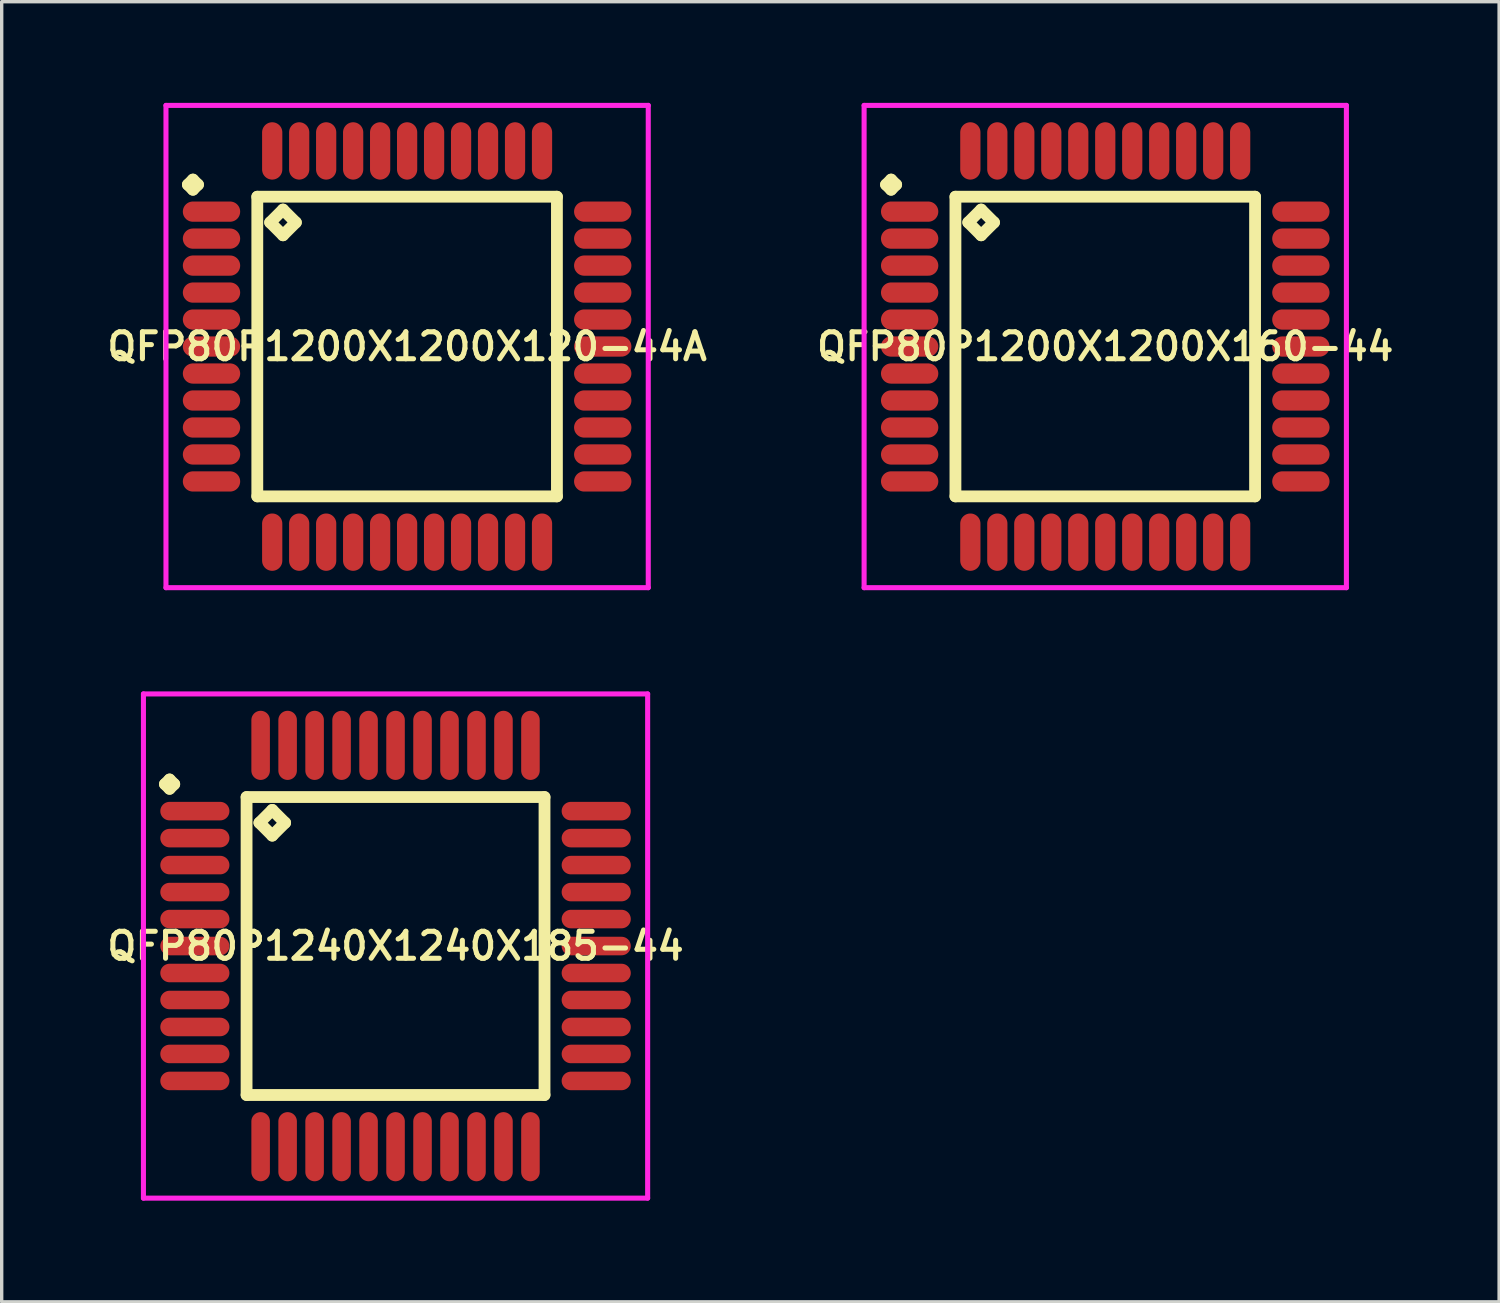
<source format=kicad_pcb>
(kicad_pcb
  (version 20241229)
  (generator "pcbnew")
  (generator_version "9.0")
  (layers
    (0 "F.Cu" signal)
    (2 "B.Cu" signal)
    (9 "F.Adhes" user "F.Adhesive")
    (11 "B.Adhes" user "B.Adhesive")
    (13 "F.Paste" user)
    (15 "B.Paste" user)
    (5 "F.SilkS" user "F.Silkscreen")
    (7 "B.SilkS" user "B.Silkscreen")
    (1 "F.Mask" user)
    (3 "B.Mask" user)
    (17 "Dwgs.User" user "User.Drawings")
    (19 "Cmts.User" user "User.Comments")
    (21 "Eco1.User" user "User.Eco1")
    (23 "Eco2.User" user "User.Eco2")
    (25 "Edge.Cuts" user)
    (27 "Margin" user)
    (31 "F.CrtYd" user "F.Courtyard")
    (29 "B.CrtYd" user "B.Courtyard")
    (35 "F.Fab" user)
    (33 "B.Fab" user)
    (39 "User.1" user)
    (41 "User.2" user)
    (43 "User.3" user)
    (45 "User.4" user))
  (footprint "QFP80P1200X1200X160-44"
    (layer "F.Cu")
    (at 29.721 7.225)
    (property "Reference" "QFP80P1200X1200X160-44" (at 0 0 0) (layer "F.SilkS") (effects (font (size 0.8 0.8) (thickness 0.15))))
    (attr smd)
    (fp_line (start -6.5 -4.8) (end -6.35 -4.95) (stroke (width 0.35) (type solid)) (layer "F.SilkS"))
    (fp_line (start -6.35 -4.95) (end -6.2 -4.8) (stroke (width 0.35) (type solid)) (layer "F.SilkS"))
    (fp_line (start -6.35 -4.65) (end -6.5 -4.8) (stroke (width 0.35) (type solid)) (layer "F.SilkS"))
    (fp_line (start -6.2 -4.8) (end -6.35 -4.65) (stroke (width 0.35) (type solid)) (layer "F.SilkS"))
    (fp_line (start -4.442 -4.442) (end -4.442 4.442) (stroke (width 0.35) (type solid)) (layer "F.SilkS"))
    (fp_line (start -4.442 4.442) (end 4.442 4.442) (stroke (width 0.35) (type solid)) (layer "F.SilkS"))
    (fp_line (start -4.061 -3.68) (end -3.68 -4.061) (stroke (width 0.35) (type solid)) (layer "F.SilkS"))
    (fp_line (start -3.68 -4.061) (end -3.299 -3.68) (stroke (width 0.35) (type solid)) (layer "F.SilkS"))
    (fp_line (start -3.68 -3.299) (end -4.061 -3.68) (stroke (width 0.35) (type solid)) (layer "F.SilkS"))
    (fp_line (start -3.299 -3.68) (end -3.68 -3.299) (stroke (width 0.35) (type solid)) (layer "F.SilkS"))
    (fp_line (start 4.442 -4.442) (end -4.442 -4.442) (stroke (width 0.35) (type solid)) (layer "F.SilkS"))
    (fp_line (start 4.442 4.442) (end 4.442 -4.442) (stroke (width 0.35) (type solid)) (layer "F.SilkS"))
    (fp_line (start -7.15 -7.15) (end 7.15 -7.15) (stroke (width 0.15) (type solid)) (layer "F.CrtYd"))
    (fp_line (start -7.15 7.15) (end -7.15 -7.15) (stroke (width 0.15) (type solid)) (layer "F.CrtYd"))
    (fp_line (start 7.15 -7.15) (end 7.15 7.15) (stroke (width 0.15) (type solid)) (layer "F.CrtYd"))
    (fp_line (start 7.15 7.15) (end -7.15 7.15) (stroke (width 0.15) (type solid)) (layer "F.CrtYd"))
    (pad "1" smd oval (at -5.8 -4) (size 1.7 0.6) (layers "F.Cu" "F.Mask" "F.Paste"))
    (pad "2" smd oval (at -5.8 -3.2) (size 1.7 0.6) (layers "F.Cu" "F.Mask" "F.Paste"))
    (pad "3" smd oval (at -5.8 -2.4) (size 1.7 0.6) (layers "F.Cu" "F.Mask" "F.Paste"))
    (pad "4" smd oval (at -5.8 -1.6) (size 1.7 0.6) (layers "F.Cu" "F.Mask" "F.Paste"))
    (pad "5" smd oval (at -5.8 -0.8) (size 1.7 0.6) (layers "F.Cu" "F.Mask" "F.Paste"))
    (pad "6" smd oval (at -5.8 0) (size 1.7 0.6) (layers "F.Cu" "F.Mask" "F.Paste"))
    (pad "7" smd oval (at -5.8 0.8) (size 1.7 0.6) (layers "F.Cu" "F.Mask" "F.Paste"))
    (pad "8" smd oval (at -5.8 1.6) (size 1.7 0.6) (layers "F.Cu" "F.Mask" "F.Paste"))
    (pad "9" smd oval (at -5.8 2.4) (size 1.7 0.6) (layers "F.Cu" "F.Mask" "F.Paste"))
    (pad "10" smd oval (at -5.8 3.2) (size 1.7 0.6) (layers "F.Cu" "F.Mask" "F.Paste"))
    (pad "11" smd oval (at -5.8 4) (size 1.7 0.6) (layers "F.Cu" "F.Mask" "F.Paste"))
    (pad "12" smd oval (at -4 5.8) (size 0.6 1.7) (layers "F.Cu" "F.Mask" "F.Paste"))
    (pad "13" smd oval (at -3.2 5.8) (size 0.6 1.7) (layers "F.Cu" "F.Mask" "F.Paste"))
    (pad "14" smd oval (at -2.4 5.8) (size 0.6 1.7) (layers "F.Cu" "F.Mask" "F.Paste"))
    (pad "15" smd oval (at -1.6 5.8) (size 0.6 1.7) (layers "F.Cu" "F.Mask" "F.Paste"))
    (pad "16" smd oval (at -0.8 5.8) (size 0.6 1.7) (layers "F.Cu" "F.Mask" "F.Paste"))
    (pad "17" smd oval (at 0 5.8) (size 0.6 1.7) (layers "F.Cu" "F.Mask" "F.Paste"))
    (pad "18" smd oval (at 0.8 5.8) (size 0.6 1.7) (layers "F.Cu" "F.Mask" "F.Paste"))
    (pad "19" smd oval (at 1.6 5.8) (size 0.6 1.7) (layers "F.Cu" "F.Mask" "F.Paste"))
    (pad "20" smd oval (at 2.4 5.8) (size 0.6 1.7) (layers "F.Cu" "F.Mask" "F.Paste"))
    (pad "21" smd oval (at 3.2 5.8) (size 0.6 1.7) (layers "F.Cu" "F.Mask" "F.Paste"))
    (pad "22" smd oval (at 4 5.8) (size 0.6 1.7) (layers "F.Cu" "F.Mask" "F.Paste"))
    (pad "23" smd oval (at 5.8 4) (size 1.7 0.6) (layers "F.Cu" "F.Mask" "F.Paste"))
    (pad "24" smd oval (at 5.8 3.2) (size 1.7 0.6) (layers "F.Cu" "F.Mask" "F.Paste"))
    (pad "25" smd oval (at 5.8 2.4) (size 1.7 0.6) (layers "F.Cu" "F.Mask" "F.Paste"))
    (pad "26" smd oval (at 5.8 1.6) (size 1.7 0.6) (layers "F.Cu" "F.Mask" "F.Paste"))
    (pad "27" smd oval (at 5.8 0.8) (size 1.7 0.6) (layers "F.Cu" "F.Mask" "F.Paste"))
    (pad "28" smd oval (at 5.8 0) (size 1.7 0.6) (layers "F.Cu" "F.Mask" "F.Paste"))
    (pad "29" smd oval (at 5.8 -0.8) (size 1.7 0.6) (layers "F.Cu" "F.Mask" "F.Paste"))
    (pad "30" smd oval (at 5.8 -1.6) (size 1.7 0.6) (layers "F.Cu" "F.Mask" "F.Paste"))
    (pad "31" smd oval (at 5.8 -2.4) (size 1.7 0.6) (layers "F.Cu" "F.Mask" "F.Paste"))
    (pad "32" smd oval (at 5.8 -3.2) (size 1.7 0.6) (layers "F.Cu" "F.Mask" "F.Paste"))
    (pad "33" smd oval (at 5.8 -4) (size 1.7 0.6) (layers "F.Cu" "F.Mask" "F.Paste"))
    (pad "34" smd oval (at 4 -5.8) (size 0.6 1.7) (layers "F.Cu" "F.Mask" "F.Paste"))
    (pad "35" smd oval (at 3.2 -5.8) (size 0.6 1.7) (layers "F.Cu" "F.Mask" "F.Paste"))
    (pad "36" smd oval (at 2.4 -5.8) (size 0.6 1.7) (layers "F.Cu" "F.Mask" "F.Paste"))
    (pad "37" smd oval (at 1.6 -5.8) (size 0.6 1.7) (layers "F.Cu" "F.Mask" "F.Paste"))
    (pad "38" smd oval (at 0.8 -5.8) (size 0.6 1.7) (layers "F.Cu" "F.Mask" "F.Paste"))
    (pad "39" smd oval (at 0 -5.8) (size 0.6 1.7) (layers "F.Cu" "F.Mask" "F.Paste"))
    (pad "40" smd oval (at -0.8 -5.8) (size 0.6 1.7) (layers "F.Cu" "F.Mask" "F.Paste"))
    (pad "41" smd oval (at -1.6 -5.8) (size 0.6 1.7) (layers "F.Cu" "F.Mask" "F.Paste"))
    (pad "42" smd oval (at -2.4 -5.8) (size 0.6 1.7) (layers "F.Cu" "F.Mask" "F.Paste"))
    (pad "43" smd oval (at -3.2 -5.8) (size 0.6 1.7) (layers "F.Cu" "F.Mask" "F.Paste"))
    (pad "44" smd oval (at -4 -5.8) (size 0.6 1.7) (layers "F.Cu" "F.Mask" "F.Paste")))
  (footprint "QFP80P1240X1240X185-44"
    (layer "F.Cu")
    (at 8.678 25)
    (property "Reference" "QFP80P1240X1240X185-44" (at 0 0 0) (layer "F.SilkS") (effects (font (size 0.8 0.8) (thickness 0.15))))
    (attr smd)
    (fp_line (start -6.838 -4.8) (end -6.7 -4.938) (stroke (width 0.35) (type solid)) (layer "F.SilkS"))
    (fp_line (start -6.7 -4.938) (end -6.562 -4.8) (stroke (width 0.35) (type solid)) (layer "F.SilkS"))
    (fp_line (start -6.7 -4.662) (end -6.838 -4.8) (stroke (width 0.35) (type solid)) (layer "F.SilkS"))
    (fp_line (start -6.562 -4.8) (end -6.7 -4.662) (stroke (width 0.35) (type solid)) (layer "F.SilkS"))
    (fp_line (start -4.417 -4.417) (end -4.417 4.417) (stroke (width 0.35) (type solid)) (layer "F.SilkS"))
    (fp_line (start -4.417 4.417) (end 4.417 4.417) (stroke (width 0.35) (type solid)) (layer "F.SilkS"))
    (fp_line (start -4.036 -3.655) (end -3.655 -4.036) (stroke (width 0.35) (type solid)) (layer "F.SilkS"))
    (fp_line (start -3.655 -4.036) (end -3.274 -3.655) (stroke (width 0.35) (type solid)) (layer "F.SilkS"))
    (fp_line (start -3.655 -3.274) (end -4.036 -3.655) (stroke (width 0.35) (type solid)) (layer "F.SilkS"))
    (fp_line (start -3.274 -3.655) (end -3.655 -3.274) (stroke (width 0.35) (type solid)) (layer "F.SilkS"))
    (fp_line (start 4.417 -4.417) (end -4.417 -4.417) (stroke (width 0.35) (type solid)) (layer "F.SilkS"))
    (fp_line (start 4.417 4.417) (end 4.417 -4.417) (stroke (width 0.35) (type solid)) (layer "F.SilkS"))
    (fp_line (start -7.475 -7.475) (end 7.475 -7.475) (stroke (width 0.15) (type solid)) (layer "F.CrtYd"))
    (fp_line (start -7.475 7.475) (end -7.475 -7.475) (stroke (width 0.15) (type solid)) (layer "F.CrtYd"))
    (fp_line (start 7.475 -7.475) (end 7.475 7.475) (stroke (width 0.15) (type solid)) (layer "F.CrtYd"))
    (fp_line (start 7.475 7.475) (end -7.475 7.475) (stroke (width 0.15) (type solid)) (layer "F.CrtYd"))
    (pad "1" smd oval (at -5.95 -4) (size 2.05 0.55) (layers "F.Cu" "F.Mask" "F.Paste"))
    (pad "2" smd oval (at -5.95 -3.2) (size 2.05 0.55) (layers "F.Cu" "F.Mask" "F.Paste"))
    (pad "3" smd oval (at -5.95 -2.4) (size 2.05 0.55) (layers "F.Cu" "F.Mask" "F.Paste"))
    (pad "4" smd oval (at -5.95 -1.6) (size 2.05 0.55) (layers "F.Cu" "F.Mask" "F.Paste"))
    (pad "5" smd oval (at -5.95 -0.8) (size 2.05 0.55) (layers "F.Cu" "F.Mask" "F.Paste"))
    (pad "6" smd oval (at -5.95 0) (size 2.05 0.55) (layers "F.Cu" "F.Mask" "F.Paste"))
    (pad "7" smd oval (at -5.95 0.8) (size 2.05 0.55) (layers "F.Cu" "F.Mask" "F.Paste"))
    (pad "8" smd oval (at -5.95 1.6) (size 2.05 0.55) (layers "F.Cu" "F.Mask" "F.Paste"))
    (pad "9" smd oval (at -5.95 2.4) (size 2.05 0.55) (layers "F.Cu" "F.Mask" "F.Paste"))
    (pad "10" smd oval (at -5.95 3.2) (size 2.05 0.55) (layers "F.Cu" "F.Mask" "F.Paste"))
    (pad "11" smd oval (at -5.95 4) (size 2.05 0.55) (layers "F.Cu" "F.Mask" "F.Paste"))
    (pad "12" smd oval (at -4 5.95) (size 0.55 2.05) (layers "F.Cu" "F.Mask" "F.Paste"))
    (pad "13" smd oval (at -3.2 5.95) (size 0.55 2.05) (layers "F.Cu" "F.Mask" "F.Paste"))
    (pad "14" smd oval (at -2.4 5.95) (size 0.55 2.05) (layers "F.Cu" "F.Mask" "F.Paste"))
    (pad "15" smd oval (at -1.6 5.95) (size 0.55 2.05) (layers "F.Cu" "F.Mask" "F.Paste"))
    (pad "16" smd oval (at -0.8 5.95) (size 0.55 2.05) (layers "F.Cu" "F.Mask" "F.Paste"))
    (pad "17" smd oval (at 0 5.95) (size 0.55 2.05) (layers "F.Cu" "F.Mask" "F.Paste"))
    (pad "18" smd oval (at 0.8 5.95) (size 0.55 2.05) (layers "F.Cu" "F.Mask" "F.Paste"))
    (pad "19" smd oval (at 1.6 5.95) (size 0.55 2.05) (layers "F.Cu" "F.Mask" "F.Paste"))
    (pad "20" smd oval (at 2.4 5.95) (size 0.55 2.05) (layers "F.Cu" "F.Mask" "F.Paste"))
    (pad "21" smd oval (at 3.2 5.95) (size 0.55 2.05) (layers "F.Cu" "F.Mask" "F.Paste"))
    (pad "22" smd oval (at 4 5.95) (size 0.55 2.05) (layers "F.Cu" "F.Mask" "F.Paste"))
    (pad "23" smd oval (at 5.95 4) (size 2.05 0.55) (layers "F.Cu" "F.Mask" "F.Paste"))
    (pad "24" smd oval (at 5.95 3.2) (size 2.05 0.55) (layers "F.Cu" "F.Mask" "F.Paste"))
    (pad "25" smd oval (at 5.95 2.4) (size 2.05 0.55) (layers "F.Cu" "F.Mask" "F.Paste"))
    (pad "26" smd oval (at 5.95 1.6) (size 2.05 0.55) (layers "F.Cu" "F.Mask" "F.Paste"))
    (pad "27" smd oval (at 5.95 0.8) (size 2.05 0.55) (layers "F.Cu" "F.Mask" "F.Paste"))
    (pad "28" smd oval (at 5.95 0) (size 2.05 0.55) (layers "F.Cu" "F.Mask" "F.Paste"))
    (pad "29" smd oval (at 5.95 -0.8) (size 2.05 0.55) (layers "F.Cu" "F.Mask" "F.Paste"))
    (pad "30" smd oval (at 5.95 -1.6) (size 2.05 0.55) (layers "F.Cu" "F.Mask" "F.Paste"))
    (pad "31" smd oval (at 5.95 -2.4) (size 2.05 0.55) (layers "F.Cu" "F.Mask" "F.Paste"))
    (pad "32" smd oval (at 5.95 -3.2) (size 2.05 0.55) (layers "F.Cu" "F.Mask" "F.Paste"))
    (pad "33" smd oval (at 5.95 -4) (size 2.05 0.55) (layers "F.Cu" "F.Mask" "F.Paste"))
    (pad "34" smd oval (at 4 -5.95) (size 0.55 2.05) (layers "F.Cu" "F.Mask" "F.Paste"))
    (pad "35" smd oval (at 3.2 -5.95) (size 0.55 2.05) (layers "F.Cu" "F.Mask" "F.Paste"))
    (pad "36" smd oval (at 2.4 -5.95) (size 0.55 2.05) (layers "F.Cu" "F.Mask" "F.Paste"))
    (pad "37" smd oval (at 1.6 -5.95) (size 0.55 2.05) (layers "F.Cu" "F.Mask" "F.Paste"))
    (pad "38" smd oval (at 0.8 -5.95) (size 0.55 2.05) (layers "F.Cu" "F.Mask" "F.Paste"))
    (pad "39" smd oval (at 0 -5.95) (size 0.55 2.05) (layers "F.Cu" "F.Mask" "F.Paste"))
    (pad "40" smd oval (at -0.8 -5.95) (size 0.55 2.05) (layers "F.Cu" "F.Mask" "F.Paste"))
    (pad "41" smd oval (at -1.6 -5.95) (size 0.55 2.05) (layers "F.Cu" "F.Mask" "F.Paste"))
    (pad "42" smd oval (at -2.4 -5.95) (size 0.55 2.05) (layers "F.Cu" "F.Mask" "F.Paste"))
    (pad "43" smd oval (at -3.2 -5.95) (size 0.55 2.05) (layers "F.Cu" "F.Mask" "F.Paste"))
    (pad "44" smd oval (at -4 -5.95) (size 0.55 2.05) (layers "F.Cu" "F.Mask" "F.Paste")))
  (footprint "QFP80P1200X1200X120-44A"
    (layer "F.Cu")
    (at 9.021 7.225)
    (property "Reference" "QFP80P1200X1200X120-44A" (at 0 0 0) (layer "F.SilkS") (effects (font (size 0.8 0.8) (thickness 0.15))))
    (attr smd)
    (fp_line (start -6.5 -4.8) (end -6.35 -4.95) (stroke (width 0.35) (type solid)) (layer "F.SilkS"))
    (fp_line (start -6.35 -4.95) (end -6.2 -4.8) (stroke (width 0.35) (type solid)) (layer "F.SilkS"))
    (fp_line (start -6.35 -4.65) (end -6.5 -4.8) (stroke (width 0.35) (type solid)) (layer "F.SilkS"))
    (fp_line (start -6.2 -4.8) (end -6.35 -4.65) (stroke (width 0.35) (type solid)) (layer "F.SilkS"))
    (fp_line (start -4.442 -4.442) (end -4.442 4.442) (stroke (width 0.35) (type solid)) (layer "F.SilkS"))
    (fp_line (start -4.442 4.442) (end 4.442 4.442) (stroke (width 0.35) (type solid)) (layer "F.SilkS"))
    (fp_line (start -4.061 -3.68) (end -3.68 -4.061) (stroke (width 0.35) (type solid)) (layer "F.SilkS"))
    (fp_line (start -3.68 -4.061) (end -3.299 -3.68) (stroke (width 0.35) (type solid)) (layer "F.SilkS"))
    (fp_line (start -3.68 -3.299) (end -4.061 -3.68) (stroke (width 0.35) (type solid)) (layer "F.SilkS"))
    (fp_line (start -3.299 -3.68) (end -3.68 -3.299) (stroke (width 0.35) (type solid)) (layer "F.SilkS"))
    (fp_line (start 4.442 -4.442) (end -4.442 -4.442) (stroke (width 0.35) (type solid)) (layer "F.SilkS"))
    (fp_line (start 4.442 4.442) (end 4.442 -4.442) (stroke (width 0.35) (type solid)) (layer "F.SilkS"))
    (fp_line (start -7.15 -7.15) (end 7.15 -7.15) (stroke (width 0.15) (type solid)) (layer "F.CrtYd"))
    (fp_line (start -7.15 7.15) (end -7.15 -7.15) (stroke (width 0.15) (type solid)) (layer "F.CrtYd"))
    (fp_line (start 7.15 -7.15) (end 7.15 7.15) (stroke (width 0.15) (type solid)) (layer "F.CrtYd"))
    (fp_line (start 7.15 7.15) (end -7.15 7.15) (stroke (width 0.15) (type solid)) (layer "F.CrtYd"))
    (pad "1" smd oval (at -5.8 -4) (size 1.7 0.6) (layers "F.Cu" "F.Mask" "F.Paste"))
    (pad "2" smd oval (at -5.8 -3.2) (size 1.7 0.6) (layers "F.Cu" "F.Mask" "F.Paste"))
    (pad "3" smd oval (at -5.8 -2.4) (size 1.7 0.6) (layers "F.Cu" "F.Mask" "F.Paste"))
    (pad "4" smd oval (at -5.8 -1.6) (size 1.7 0.6) (layers "F.Cu" "F.Mask" "F.Paste"))
    (pad "5" smd oval (at -5.8 -0.8) (size 1.7 0.6) (layers "F.Cu" "F.Mask" "F.Paste"))
    (pad "6" smd oval (at -5.8 0) (size 1.7 0.6) (layers "F.Cu" "F.Mask" "F.Paste"))
    (pad "7" smd oval (at -5.8 0.8) (size 1.7 0.6) (layers "F.Cu" "F.Mask" "F.Paste"))
    (pad "8" smd oval (at -5.8 1.6) (size 1.7 0.6) (layers "F.Cu" "F.Mask" "F.Paste"))
    (pad "9" smd oval (at -5.8 2.4) (size 1.7 0.6) (layers "F.Cu" "F.Mask" "F.Paste"))
    (pad "10" smd oval (at -5.8 3.2) (size 1.7 0.6) (layers "F.Cu" "F.Mask" "F.Paste"))
    (pad "11" smd oval (at -5.8 4) (size 1.7 0.6) (layers "F.Cu" "F.Mask" "F.Paste"))
    (pad "12" smd oval (at -4 5.8) (size 0.6 1.7) (layers "F.Cu" "F.Mask" "F.Paste"))
    (pad "13" smd oval (at -3.2 5.8) (size 0.6 1.7) (layers "F.Cu" "F.Mask" "F.Paste"))
    (pad "14" smd oval (at -2.4 5.8) (size 0.6 1.7) (layers "F.Cu" "F.Mask" "F.Paste"))
    (pad "15" smd oval (at -1.6 5.8) (size 0.6 1.7) (layers "F.Cu" "F.Mask" "F.Paste"))
    (pad "16" smd oval (at -0.8 5.8) (size 0.6 1.7) (layers "F.Cu" "F.Mask" "F.Paste"))
    (pad "17" smd oval (at 0 5.8) (size 0.6 1.7) (layers "F.Cu" "F.Mask" "F.Paste"))
    (pad "18" smd oval (at 0.8 5.8) (size 0.6 1.7) (layers "F.Cu" "F.Mask" "F.Paste"))
    (pad "19" smd oval (at 1.6 5.8) (size 0.6 1.7) (layers "F.Cu" "F.Mask" "F.Paste"))
    (pad "20" smd oval (at 2.4 5.8) (size 0.6 1.7) (layers "F.Cu" "F.Mask" "F.Paste"))
    (pad "21" smd oval (at 3.2 5.8) (size 0.6 1.7) (layers "F.Cu" "F.Mask" "F.Paste"))
    (pad "22" smd oval (at 4 5.8) (size 0.6 1.7) (layers "F.Cu" "F.Mask" "F.Paste"))
    (pad "23" smd oval (at 5.8 4) (size 1.7 0.6) (layers "F.Cu" "F.Mask" "F.Paste"))
    (pad "24" smd oval (at 5.8 3.2) (size 1.7 0.6) (layers "F.Cu" "F.Mask" "F.Paste"))
    (pad "25" smd oval (at 5.8 2.4) (size 1.7 0.6) (layers "F.Cu" "F.Mask" "F.Paste"))
    (pad "26" smd oval (at 5.8 1.6) (size 1.7 0.6) (layers "F.Cu" "F.Mask" "F.Paste"))
    (pad "27" smd oval (at 5.8 0.8) (size 1.7 0.6) (layers "F.Cu" "F.Mask" "F.Paste"))
    (pad "28" smd oval (at 5.8 0) (size 1.7 0.6) (layers "F.Cu" "F.Mask" "F.Paste"))
    (pad "29" smd oval (at 5.8 -0.8) (size 1.7 0.6) (layers "F.Cu" "F.Mask" "F.Paste"))
    (pad "30" smd oval (at 5.8 -1.6) (size 1.7 0.6) (layers "F.Cu" "F.Mask" "F.Paste"))
    (pad "31" smd oval (at 5.8 -2.4) (size 1.7 0.6) (layers "F.Cu" "F.Mask" "F.Paste"))
    (pad "32" smd oval (at 5.8 -3.2) (size 1.7 0.6) (layers "F.Cu" "F.Mask" "F.Paste"))
    (pad "33" smd oval (at 5.8 -4) (size 1.7 0.6) (layers "F.Cu" "F.Mask" "F.Paste"))
    (pad "34" smd oval (at 4 -5.8) (size 0.6 1.7) (layers "F.Cu" "F.Mask" "F.Paste"))
    (pad "35" smd oval (at 3.2 -5.8) (size 0.6 1.7) (layers "F.Cu" "F.Mask" "F.Paste"))
    (pad "36" smd oval (at 2.4 -5.8) (size 0.6 1.7) (layers "F.Cu" "F.Mask" "F.Paste"))
    (pad "37" smd oval (at 1.6 -5.8) (size 0.6 1.7) (layers "F.Cu" "F.Mask" "F.Paste"))
    (pad "38" smd oval (at 0.8 -5.8) (size 0.6 1.7) (layers "F.Cu" "F.Mask" "F.Paste"))
    (pad "39" smd oval (at 0 -5.8) (size 0.6 1.7) (layers "F.Cu" "F.Mask" "F.Paste"))
    (pad "40" smd oval (at -0.8 -5.8) (size 0.6 1.7) (layers "F.Cu" "F.Mask" "F.Paste"))
    (pad "41" smd oval (at -1.6 -5.8) (size 0.6 1.7) (layers "F.Cu" "F.Mask" "F.Paste"))
    (pad "42" smd oval (at -2.4 -5.8) (size 0.6 1.7) (layers "F.Cu" "F.Mask" "F.Paste"))
    (pad "43" smd oval (at -3.2 -5.8) (size 0.6 1.7) (layers "F.Cu" "F.Mask" "F.Paste"))
    (pad "44" smd oval (at -4 -5.8) (size 0.6 1.7) (layers "F.Cu" "F.Mask" "F.Paste")))
  (gr_rect
    (start -3 -3)
    (end 41.399 35.55)
    (stroke (width 0.1) (type default))
    (fill no)
    (layer "Edge.Cuts")))
</source>
